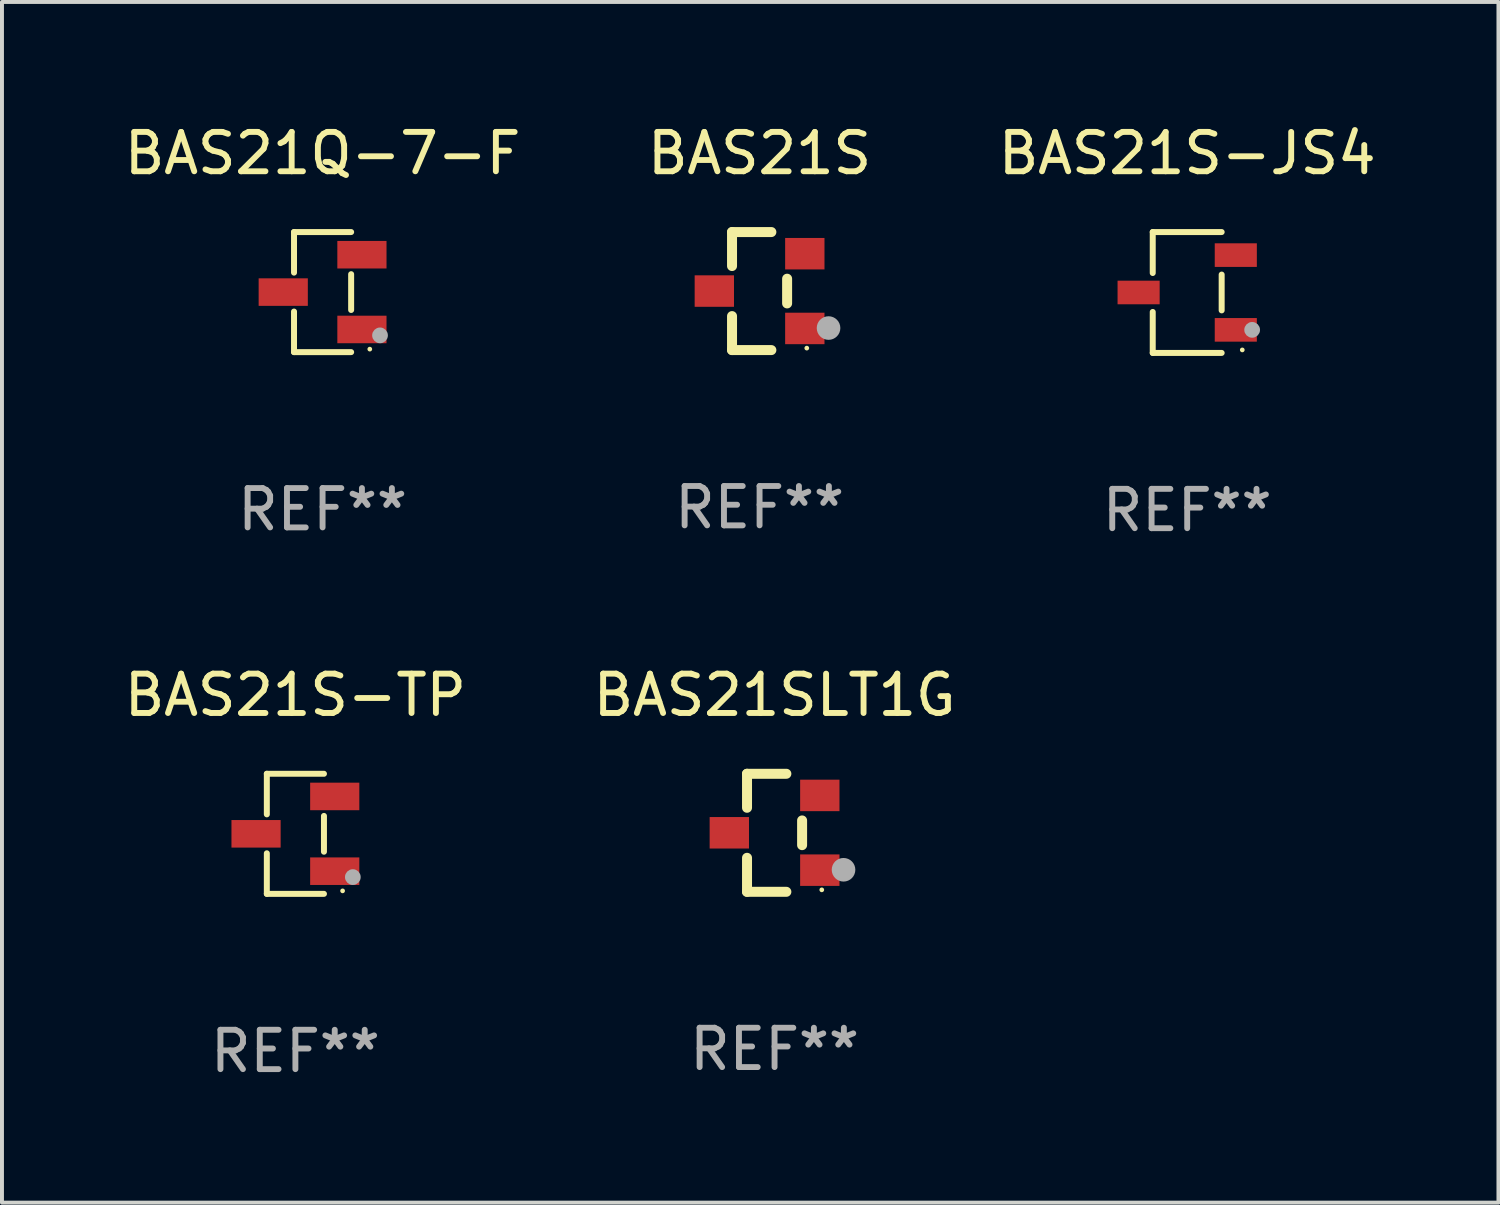
<source format=kicad_pcb>
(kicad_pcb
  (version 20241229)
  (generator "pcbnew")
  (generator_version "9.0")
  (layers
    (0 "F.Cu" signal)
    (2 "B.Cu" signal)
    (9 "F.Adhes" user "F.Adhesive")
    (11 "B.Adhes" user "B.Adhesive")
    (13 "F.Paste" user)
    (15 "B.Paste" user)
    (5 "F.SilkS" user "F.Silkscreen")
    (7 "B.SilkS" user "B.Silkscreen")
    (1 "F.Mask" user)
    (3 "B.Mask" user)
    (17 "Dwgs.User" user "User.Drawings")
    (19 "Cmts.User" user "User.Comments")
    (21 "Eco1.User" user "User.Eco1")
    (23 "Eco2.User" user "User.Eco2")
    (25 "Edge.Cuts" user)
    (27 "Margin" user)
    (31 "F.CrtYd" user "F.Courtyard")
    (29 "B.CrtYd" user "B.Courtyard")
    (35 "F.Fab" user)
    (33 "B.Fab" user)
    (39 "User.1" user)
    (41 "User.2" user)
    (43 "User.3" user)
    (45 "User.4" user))
  (footprint "BAS21S-TP"
    (layer "F.Cu")
    (at 4.458 18.143)
    (property "Reference" "BAS21S-TP" (at 0 -3.526 0) (layer "F.SilkS") (effects (font (size 1 1) (thickness 0.15))))
    (attr through_hole)
    (fp_line (start -0.726 -1.526) (end -0.726 -0.495) (stroke (width 0.152) (type solid)) (layer "F.SilkS"))
    (fp_line (start -0.726 1.526) (end -0.726 0.495) (stroke (width 0.152) (type solid)) (layer "F.SilkS"))
    (fp_line (start 0.726 -1.526) (end -0.726 -1.526) (stroke (width 0.152) (type solid)) (layer "F.SilkS"))
    (fp_line (start 0.726 -0.455) (end 0.726 0.455) (stroke (width 0.152) (type solid)) (layer "F.SilkS"))
    (fp_line (start 0.726 1.526) (end -0.726 1.526) (stroke (width 0.152) (type solid)) (layer "F.SilkS"))
    (fp_circle (center 1.2 1.45) (end 1.23 1.45) (stroke (width 0.06) (type solid)) (fill no) (layer "F.SilkS"))
    (fp_circle (center 1.46 1.1) (end 1.56 1.1) (stroke (width 0.2) (type solid)) (fill no) (layer "F.Fab"))
    (fp_text user "REF**" (at 0 5.526 0) (layer "F.Fab") (effects (font (size 1 1) (thickness 0.15))))
    (pad "1" smd rect (at 1 0.95) (size 1.25 0.7) (layers "F.Cu" "F.Mask" "F.Paste"))
    (pad "2" smd rect (at 1 -0.95) (size 1.25 0.7) (layers "F.Cu" "F.Mask" "F.Paste"))
    (pad "3" smd rect (at -1 0) (size 1.25 0.7) (layers "F.Cu" "F.Mask" "F.Paste")))
  (footprint "BAS21S-JS4"
    (layer "F.Cu")
    (at 27.125 4.384)
    (property "Reference" "BAS21S-JS4" (at 0 -3.536 0) (layer "F.SilkS") (effects (font (size 1 1) (thickness 0.15))))
    (attr through_hole)
    (fp_line (start -0.876 -1.536) (end -0.876 -0.495) (stroke (width 0.152) (type solid)) (layer "F.SilkS"))
    (fp_line (start -0.876 1.536) (end -0.876 0.495) (stroke (width 0.152) (type solid)) (layer "F.SilkS"))
    (fp_line (start 0.876 -1.536) (end -0.876 -1.536) (stroke (width 0.152) (type solid)) (layer "F.SilkS"))
    (fp_line (start 0.876 -0.455) (end 0.876 0.455) (stroke (width 0.152) (type solid)) (layer "F.SilkS"))
    (fp_line (start 0.876 1.536) (end -0.876 1.536) (stroke (width 0.152) (type solid)) (layer "F.SilkS"))
    (fp_circle (center 1.4 1.46) (end 1.43 1.46) (stroke (width 0.06) (type solid)) (fill no) (layer "F.SilkS"))
    (fp_circle (center 1.651 0.95) (end 1.751 0.95) (stroke (width 0.2) (type solid)) (fill no) (layer "F.Fab"))
    (fp_text user "REF**" (at 0 5.536 0) (layer "F.Fab") (effects (font (size 1 1) (thickness 0.15))))
    (pad "1" smd rect (at 1.235 0.95) (size 1.07 0.6) (layers "F.Cu" "F.Mask" "F.Paste"))
    (pad "2" smd rect (at 1.235 -0.95) (size 1.07 0.6) (layers "F.Cu" "F.Mask" "F.Paste"))
    (pad "3" smd rect (at -1.235 0) (size 1.07 0.6) (layers "F.Cu" "F.Mask" "F.Paste")))
  (footprint "BAS21Q-7-F"
    (layer "F.Cu")
    (at 5.149 4.374)
    (property "Reference" "BAS21Q-7-F" (at 0 -3.526 0) (layer "F.SilkS") (effects (font (size 1 1) (thickness 0.15))))
    (attr through_hole)
    (fp_line (start -0.726 -1.526) (end -0.726 -0.495) (stroke (width 0.152) (type solid)) (layer "F.SilkS"))
    (fp_line (start -0.726 1.526) (end -0.726 0.495) (stroke (width 0.152) (type solid)) (layer "F.SilkS"))
    (fp_line (start 0.726 -1.526) (end -0.726 -1.526) (stroke (width 0.152) (type solid)) (layer "F.SilkS"))
    (fp_line (start 0.726 -0.455) (end 0.726 0.455) (stroke (width 0.152) (type solid)) (layer "F.SilkS"))
    (fp_line (start 0.726 1.526) (end -0.726 1.526) (stroke (width 0.152) (type solid)) (layer "F.SilkS"))
    (fp_circle (center 1.2 1.45) (end 1.23 1.45) (stroke (width 0.06) (type solid)) (fill no) (layer "F.SilkS"))
    (fp_circle (center 1.46 1.1) (end 1.56 1.1) (stroke (width 0.2) (type solid)) (fill no) (layer "F.Fab"))
    (fp_text user "REF**" (at 0 5.526 0) (layer "F.Fab") (effects (font (size 1 1) (thickness 0.15))))
    (pad "1" smd rect (at 1 0.95) (size 1.25 0.7) (layers "F.Cu" "F.Mask" "F.Paste"))
    (pad "2" smd rect (at 1 -0.95) (size 1.25 0.7) (layers "F.Cu" "F.Mask" "F.Paste"))
    (pad "3" smd rect (at -1 0) (size 1.25 0.7) (layers "F.Cu" "F.Mask" "F.Paste")))
  (footprint "BAS21SLT1G"
    (layer "F.Cu")
    (at 16.637 18.117)
    (property "Reference" "BAS21SLT1G" (at 0 -3.5 0) (layer "F.SilkS") (effects (font (size 1 1) (thickness 0.15))))
    (attr through_hole)
    (fp_line (start -0.7 -1.5) (end 0.3 -1.5) (stroke (width 0.254) (type solid)) (layer "F.SilkS"))
    (fp_line (start -0.7 -0.636) (end -0.7 -1.5) (stroke (width 0.254) (type solid)) (layer "F.SilkS"))
    (fp_line (start -0.7 1.5) (end -0.7 0.636) (stroke (width 0.254) (type solid)) (layer "F.SilkS"))
    (fp_line (start -0.7 1.5) (end 0.3 1.5) (stroke (width 0.254) (type solid)) (layer "F.SilkS"))
    (fp_line (start 0.7 0.314) (end 0.7 -0.314) (stroke (width 0.254) (type solid)) (layer "F.SilkS"))
    (fp_circle (center 1.2 1.45) (end 1.23 1.45) (stroke (width 0.06) (type solid)) (fill no) (layer "F.SilkS"))
    (fp_circle (center 1.753 0.94) (end 1.903 0.94) (stroke (width 0.3) (type solid)) (fill no) (layer "F.Fab"))
    (fp_text user "REF**" (at 0 5.5 0) (layer "F.Fab") (effects (font (size 1 1) (thickness 0.15))))
    (pad "1" smd rect (at 1.15 0.95 180) (size 1 0.8) (layers "F.Cu" "F.Mask" "F.Paste"))
    (pad "2" smd rect (at 1.15 -0.95 180) (size 1 0.8) (layers "F.Cu" "F.Mask" "F.Paste"))
    (pad "3" smd rect (at -1.15 -0.000051 180) (size 1 0.8) (layers "F.Cu" "F.Mask" "F.Paste")))
  (footprint "BAS21S"
    (layer "F.Cu")
    (at 16.256 4.348)
    (property "Reference" "BAS21S" (at 0 -3.5 0) (layer "F.SilkS") (effects (font (size 1 1) (thickness 0.15))))
    (attr through_hole)
    (fp_line (start -0.7 -1.5) (end 0.3 -1.5) (stroke (width 0.254) (type solid)) (layer "F.SilkS"))
    (fp_line (start -0.7 -0.636) (end -0.7 -1.5) (stroke (width 0.254) (type solid)) (layer "F.SilkS"))
    (fp_line (start -0.7 1.5) (end -0.7 0.636) (stroke (width 0.254) (type solid)) (layer "F.SilkS"))
    (fp_line (start -0.7 1.5) (end 0.3 1.5) (stroke (width 0.254) (type solid)) (layer "F.SilkS"))
    (fp_line (start 0.7 0.314) (end 0.7 -0.314) (stroke (width 0.254) (type solid)) (layer "F.SilkS"))
    (fp_circle (center 1.2 1.45) (end 1.23 1.45) (stroke (width 0.06) (type solid)) (fill no) (layer "F.SilkS"))
    (fp_circle (center 1.753 0.94) (end 1.903 0.94) (stroke (width 0.3) (type solid)) (fill no) (layer "F.Fab"))
    (fp_text user "REF**" (at 0 5.5 0) (layer "F.Fab") (effects (font (size 1 1) (thickness 0.15))))
    (pad "1" smd rect (at 1.15 0.95 180) (size 1 0.8) (layers "F.Cu" "F.Mask" "F.Paste"))
    (pad "2" smd rect (at 1.15 -0.95 180) (size 1 0.8) (layers "F.Cu" "F.Mask" "F.Paste"))
    (pad "3" smd rect (at -1.15 -0.000051 180) (size 1 0.8) (layers "F.Cu" "F.Mask" "F.Paste")))
  (gr_rect
    (start -3 -3)
    (end 35.036 27.518)
    (stroke (width 0.1) (type default))
    (fill no)
    (layer "Edge.Cuts")))
</source>
